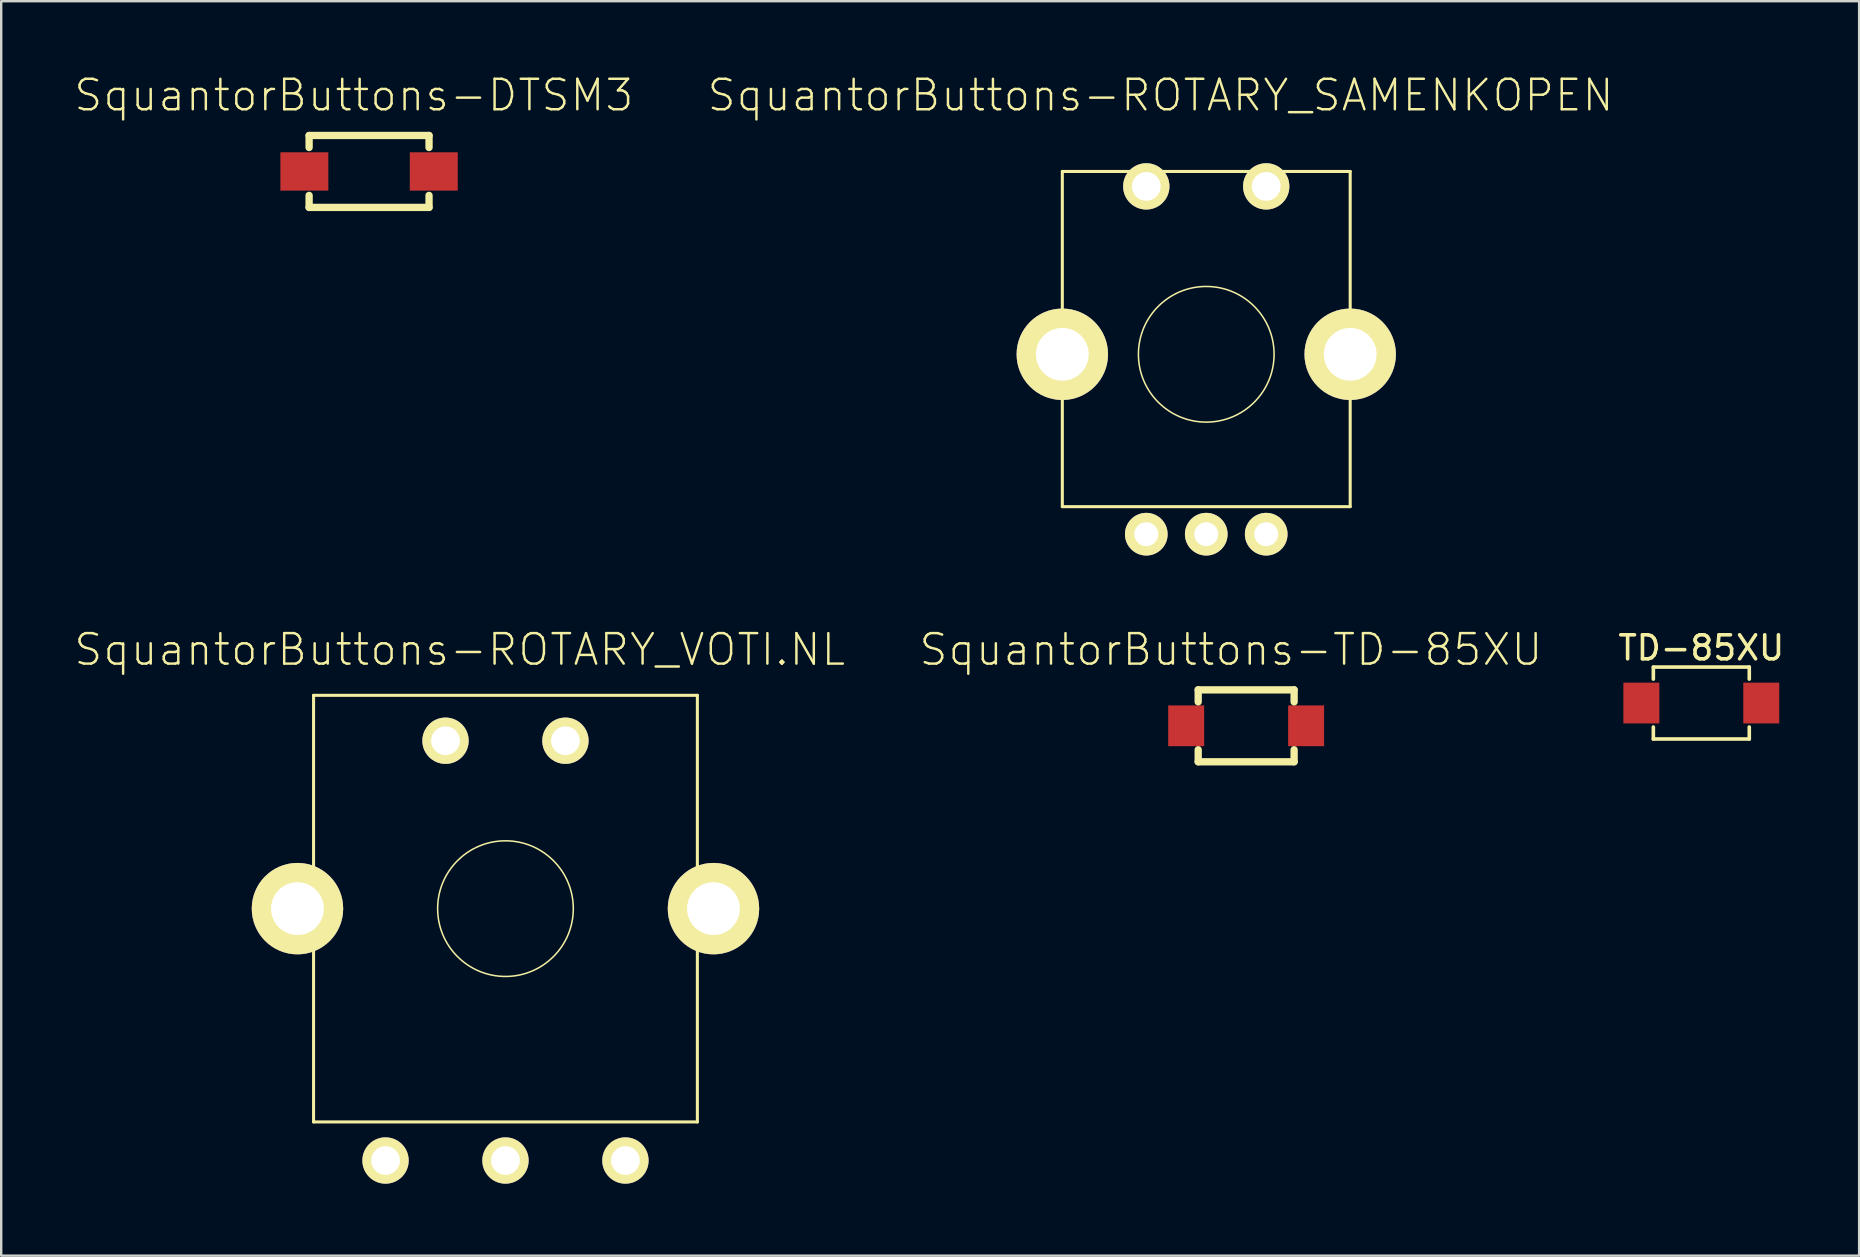
<source format=kicad_pcb>
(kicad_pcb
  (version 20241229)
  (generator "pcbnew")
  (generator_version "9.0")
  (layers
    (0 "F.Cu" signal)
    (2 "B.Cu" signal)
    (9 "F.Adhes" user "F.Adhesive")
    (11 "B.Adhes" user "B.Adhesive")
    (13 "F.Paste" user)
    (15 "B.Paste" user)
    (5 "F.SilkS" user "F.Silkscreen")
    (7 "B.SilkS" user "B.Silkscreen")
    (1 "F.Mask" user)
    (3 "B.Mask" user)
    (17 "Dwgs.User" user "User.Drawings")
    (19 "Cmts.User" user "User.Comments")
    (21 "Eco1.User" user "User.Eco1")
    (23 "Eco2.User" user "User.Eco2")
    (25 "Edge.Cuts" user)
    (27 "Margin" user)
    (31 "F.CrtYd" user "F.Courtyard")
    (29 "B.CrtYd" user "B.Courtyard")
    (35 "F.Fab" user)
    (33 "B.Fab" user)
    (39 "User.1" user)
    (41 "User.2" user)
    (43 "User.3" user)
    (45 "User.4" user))
  (footprint "SquantorButtons-ROTARY_VOTI.NL"
    (layer "F.Cu")
    (at 18.017 34.82)
    (property "Reference" "SquantorButtons-ROTARY_VOTI.NL" (at -1.905 -10.795 0) (layer "F.SilkS") (effects (font (size 1.27 1.27) (thickness 0.102))))
    (attr exclude_from_pos_files exclude_from_bom)
    (fp_line (start -7.998 -8.89) (end 7.998 -8.89) (stroke (width 0.127) (type solid)) (layer "F.SilkS"))
    (fp_line (start -7.998 8.89) (end -7.998 -8.89) (stroke (width 0.127) (type solid)) (layer "F.SilkS"))
    (fp_line (start 7.998 -8.89) (end 7.998 8.89) (stroke (width 0.127) (type solid)) (layer "F.SilkS"))
    (fp_line (start 7.998 8.89) (end -7.998 8.89) (stroke (width 0.127) (type solid)) (layer "F.SilkS"))
    (fp_circle (center 0 0) (end -1.999 1.999) (stroke (width 0.064) (type solid)) (fill no) (layer "F.SilkS"))
    (pad "A" thru_hole circle (at -4.999 10.498) (size 1.93 1.93) (drill 1.199) (layers "*.Cu" "F.Mask" "F.SilkS" "F.Paste"))
    (pad "B" thru_hole circle (at 0 10.498) (size 1.93 1.93) (drill 1.199) (layers "*.Cu" "F.Mask" "F.SilkS" "F.Paste"))
    (pad "C" thru_hole circle (at 4.999 10.498) (size 1.93 1.93) (drill 1.199) (layers "*.Cu" "F.Mask" "F.SilkS" "F.Paste"))
    (pad "CASE" thru_hole circle (at -8.669 0) (size 3.81 3.81) (drill 2.2) (layers "*.Cu" "F.Mask" "F.SilkS" "F.Paste"))
    (pad "CASE" thru_hole circle (at 8.669 0) (size 3.81 3.81) (drill 2.2) (layers "*.Cu" "F.Mask" "F.SilkS" "F.Paste"))
    (pad "D" thru_hole circle (at -2.499 -6.998) (size 1.93 1.93) (drill 1.199) (layers "*.Cu" "F.Mask" "F.SilkS" "F.Paste"))
    (pad "E" thru_hole circle (at 2.499 -6.998) (size 1.93 1.93) (drill 1.199) (layers "*.Cu" "F.Mask" "F.SilkS" "F.Paste")))
  (footprint "SquantorButtons-TD-85XU"
    (layer "F.Cu")
    (at 48.887 27.2)
    (property "Reference" "SquantorButtons-TD-85XU" (at -0.635 -3.175 0) (layer "F.SilkS") (effects (font (size 1.27 1.27) (thickness 0.102))))
    (attr smd)
    (fp_line (start -1.999 -1.499) (end -1.999 -0.998) (stroke (width 0.305) (type solid)) (layer "F.SilkS"))
    (fp_line (start -1.999 0.998) (end -1.999 1.499) (stroke (width 0.305) (type solid)) (layer "F.SilkS"))
    (fp_line (start -1.999 1.499) (end 1.999 1.499) (stroke (width 0.305) (type solid)) (layer "F.SilkS"))
    (fp_line (start 1.999 -1.499) (end -1.999 -1.499) (stroke (width 0.305) (type solid)) (layer "F.SilkS"))
    (fp_line (start 1.999 -0.998) (end 1.999 -1.499) (stroke (width 0.305) (type solid)) (layer "F.SilkS"))
    (fp_line (start 1.999 1.499) (end 1.999 0.998) (stroke (width 0.305) (type solid)) (layer "F.SilkS"))
    (pad "P$1" smd rect (at -2.499 0) (size 1.499 1.699) (layers "F.Cu" "F.Mask" "F.Paste"))
    (pad "P$2" smd rect (at 2.499 0) (size 1.499 1.699) (layers "F.Cu" "F.Mask" "F.Paste")))
  (footprint "SquantorButtons-DTSM3"
    (layer "F.Cu")
    (at 12.332 4.096)
    (property "Reference" "SquantorButtons-DTSM3" (at -0.635 -3.175 0) (layer "F.SilkS") (effects (font (size 1.27 1.27) (thickness 0.102))))
    (attr smd)
    (fp_line (start -2.499 -1.499) (end -2.499 -0.998) (stroke (width 0.305) (type solid)) (layer "F.SilkS"))
    (fp_line (start -2.499 0.998) (end -2.499 1.499) (stroke (width 0.305) (type solid)) (layer "F.SilkS"))
    (fp_line (start -2.499 1.499) (end 2.499 1.499) (stroke (width 0.305) (type solid)) (layer "F.SilkS"))
    (fp_line (start 2.499 -1.499) (end -2.499 -1.499) (stroke (width 0.305) (type solid)) (layer "F.SilkS"))
    (fp_line (start 2.499 -0.998) (end 2.499 -1.499) (stroke (width 0.305) (type solid)) (layer "F.SilkS"))
    (fp_line (start 2.499 1.499) (end 2.499 0.998) (stroke (width 0.305) (type solid)) (layer "F.SilkS"))
    (pad "P$1" smd rect (at -2.697 0) (size 1.999 1.598) (layers "F.Cu" "F.Mask" "F.Paste"))
    (pad "P$2" smd rect (at 2.697 0) (size 1.999 1.598) (layers "F.Cu" "F.Mask" "F.Paste")))
  (footprint "SquantorButtons-ROTARY_SAMENKOPEN"
    (layer "F.Cu")
    (at 47.224 11.716)
    (property "Reference" "SquantorButtons-ROTARY_SAMENKOPEN" (at -1.905 -10.795 0) (layer "F.SilkS") (effects (font (size 1.27 1.27) (thickness 0.102))))
    (attr exclude_from_pos_files exclude_from_bom)
    (fp_line (start -5.999 -7.62) (end 5.999 -7.62) (stroke (width 0.127) (type solid)) (layer "F.SilkS"))
    (fp_line (start -5.999 6.35) (end -5.999 -7.62) (stroke (width 0.127) (type solid)) (layer "F.SilkS"))
    (fp_line (start 5.999 -7.62) (end 5.999 6.35) (stroke (width 0.127) (type solid)) (layer "F.SilkS"))
    (fp_line (start 5.999 6.35) (end -5.999 6.35) (stroke (width 0.127) (type solid)) (layer "F.SilkS"))
    (fp_circle (center 0 0) (end -1.999 1.999) (stroke (width 0.064) (type solid)) (fill no) (layer "F.SilkS"))
    (pad "A" thru_hole circle (at -2.499 7.498) (size 1.778 1.778) (drill 0.998) (layers "*.Cu" "F.Mask" "F.SilkS" "F.Paste"))
    (pad "B" thru_hole circle (at 0 7.498) (size 1.778 1.778) (drill 0.998) (layers "*.Cu" "F.Mask" "F.SilkS" "F.Paste"))
    (pad "C" thru_hole circle (at 2.499 7.498) (size 1.778 1.778) (drill 0.998) (layers "*.Cu" "F.Mask" "F.SilkS" "F.Paste"))
    (pad "CASE" thru_hole circle (at -5.999 0) (size 3.81 3.81) (drill 2.2) (layers "*.Cu" "F.Mask" "F.SilkS" "F.Paste"))
    (pad "CASE" thru_hole circle (at 5.999 0) (size 3.81 3.81) (drill 2.2) (layers "*.Cu" "F.Mask" "F.SilkS" "F.Paste"))
    (pad "D" thru_hole circle (at -2.499 -6.998) (size 1.93 1.93) (drill 1.199) (layers "*.Cu" "F.Mask" "F.SilkS" "F.Paste"))
    (pad "E" thru_hole circle (at 2.499 -6.998) (size 1.93 1.93) (drill 1.199) (layers "*.Cu" "F.Mask" "F.SilkS" "F.Paste")))
  (footprint "TD-85XU"
    (layer "F.Cu")
    (at 67.857 26.252)
    (property "Reference" "TD-85XU" (at 0 -2.3 0) (layer "F.SilkS") (effects (font (size 1 1) (thickness 0.15))))
    (attr smd)
    (fp_line (start -1.999 -1.499) (end -1.999 -0.998) (stroke (width 0.15) (type solid)) (layer "F.SilkS"))
    (fp_line (start -1.999 0.998) (end -1.999 1.499) (stroke (width 0.15) (type solid)) (layer "F.SilkS"))
    (fp_line (start -1.999 1.499) (end 1.999 1.499) (stroke (width 0.15) (type solid)) (layer "F.SilkS"))
    (fp_line (start 1.999 -1.499) (end -1.999 -1.499) (stroke (width 0.15) (type solid)) (layer "F.SilkS"))
    (fp_line (start 1.999 -0.998) (end 1.999 -1.499) (stroke (width 0.15) (type solid)) (layer "F.SilkS"))
    (fp_line (start 1.999 1.499) (end 1.999 0.998) (stroke (width 0.15) (type solid)) (layer "F.SilkS"))
    (pad "1" smd rect (at -2.499 0) (size 1.499 1.699) (layers "F.Cu" "F.Mask" "F.Paste"))
    (pad "2" smd rect (at 2.499 0) (size 1.499 1.699) (layers "F.Cu" "F.Mask" "F.Paste")))
  (gr_rect
    (start -3 -3)
    (end 74.434 49.283)
    (stroke (width 0.1) (type default))
    (fill no)
    (layer "Edge.Cuts")))
</source>
